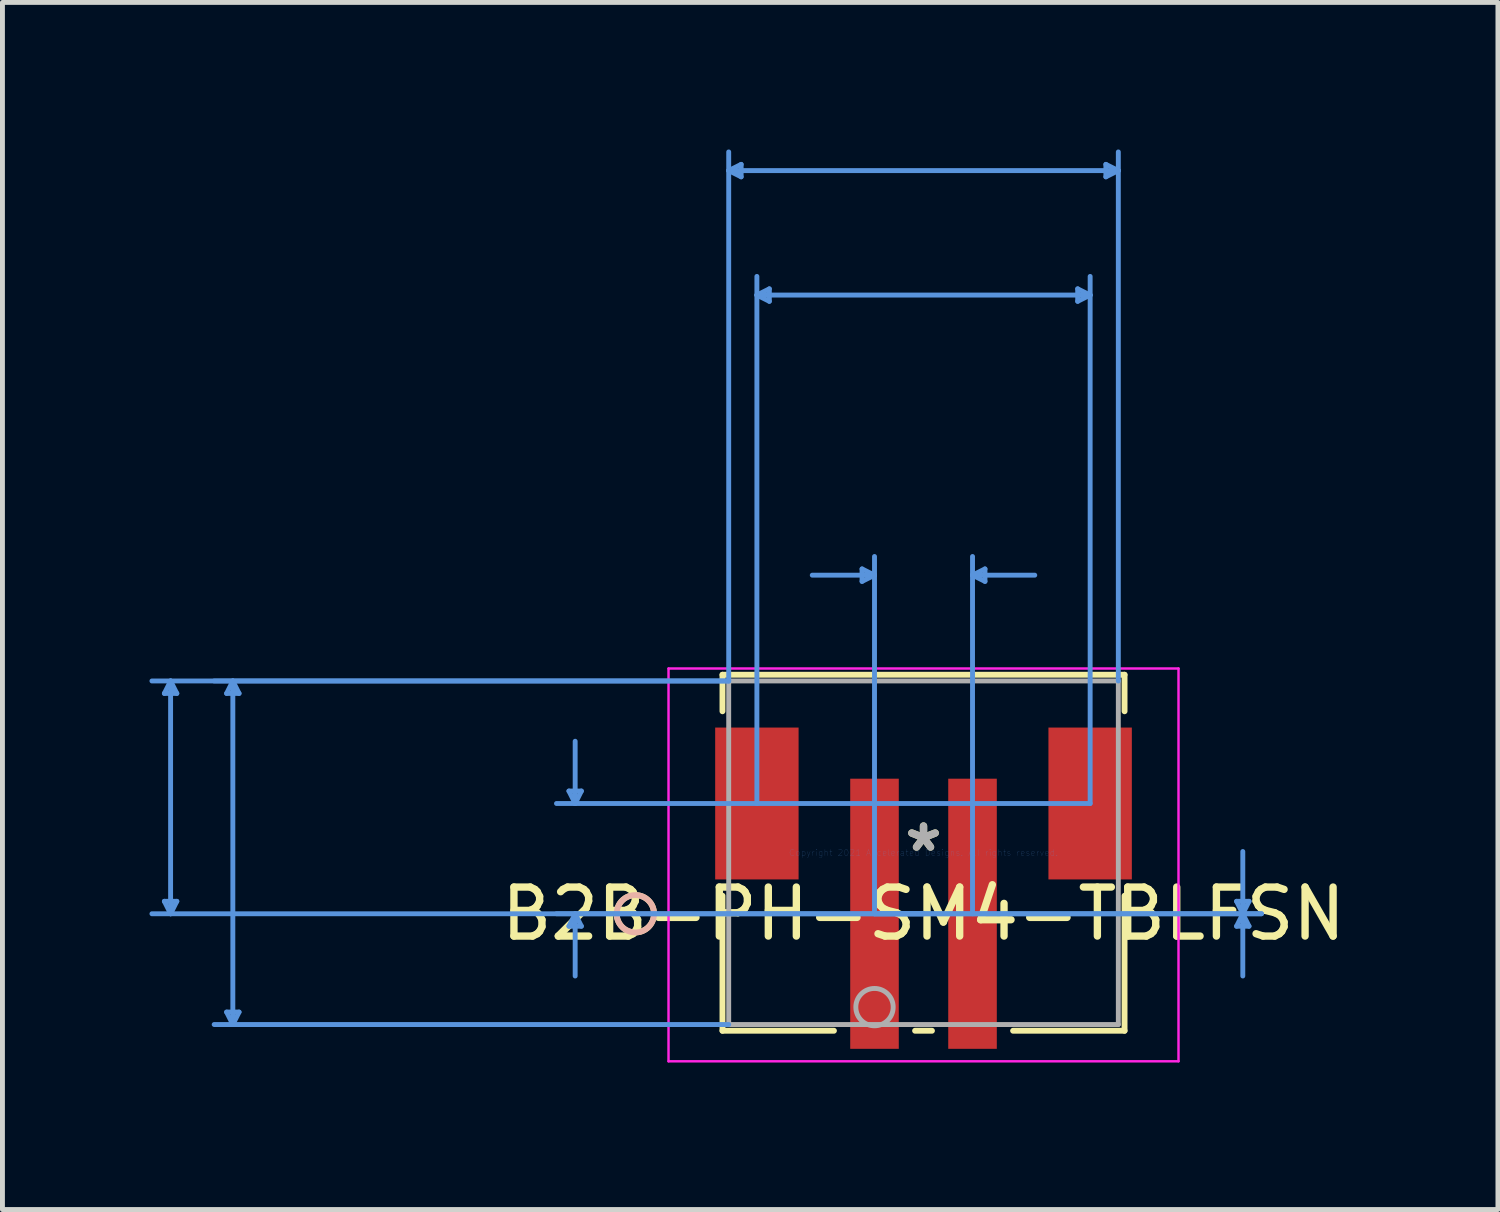
<source format=kicad_pcb>
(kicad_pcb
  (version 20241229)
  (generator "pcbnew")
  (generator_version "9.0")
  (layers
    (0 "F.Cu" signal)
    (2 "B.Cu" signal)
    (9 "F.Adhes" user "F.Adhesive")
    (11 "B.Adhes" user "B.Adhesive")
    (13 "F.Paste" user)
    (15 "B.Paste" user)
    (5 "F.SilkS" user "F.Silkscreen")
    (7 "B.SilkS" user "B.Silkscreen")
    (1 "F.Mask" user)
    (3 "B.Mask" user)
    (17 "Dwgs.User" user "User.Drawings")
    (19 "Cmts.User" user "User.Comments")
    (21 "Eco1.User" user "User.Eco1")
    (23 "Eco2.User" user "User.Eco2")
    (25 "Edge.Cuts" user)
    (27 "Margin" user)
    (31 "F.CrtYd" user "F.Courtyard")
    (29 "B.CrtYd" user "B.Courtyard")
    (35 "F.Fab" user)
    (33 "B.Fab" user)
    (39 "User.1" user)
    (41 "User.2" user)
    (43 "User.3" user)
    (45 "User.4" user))
  (footprint "B2B-PH-SM4-TBLFSN"
    (layer "F.Cu")
    (at 15.794 14.35)
    (property "Reference" "B2B-PH-SM4-TBLFSN" (at 0 1.245 0) (layer "F.SilkS") (effects (font (size 1 1) (thickness 0.15))))
    (attr through_hole)
    (fp_line (start -4.102 -3.632) (end -4.102 -2.887) (stroke (width 0.12) (type solid)) (layer "F.SilkS"))
    (fp_line (start -4.102 0.877) (end -4.102 3.632) (stroke (width 0.12) (type solid)) (layer "F.SilkS"))
    (fp_line (start -4.102 3.632) (end -1.828 3.632) (stroke (width 0.12) (type solid)) (layer "F.SilkS"))
    (fp_line (start -0.172 3.632) (end 0.172 3.632) (stroke (width 0.12) (type solid)) (layer "F.SilkS"))
    (fp_line (start 1.828 3.632) (end 4.102 3.632) (stroke (width 0.12) (type solid)) (layer "F.SilkS"))
    (fp_line (start 4.102 -3.632) (end -4.102 -3.632) (stroke (width 0.12) (type solid)) (layer "F.SilkS"))
    (fp_line (start 4.102 -2.887) (end 4.102 -3.632) (stroke (width 0.12) (type solid)) (layer "F.SilkS"))
    (fp_line (start 4.102 3.632) (end 4.102 0.877) (stroke (width 0.12) (type solid)) (layer "F.SilkS"))
    (fp_circle (center -5.88 1.245) (end -5.499 1.245) (stroke (width 0.12) (type solid)) (fill no) (layer "F.SilkS"))
    (fp_circle (center -5.88 1.245) (end -5.499 1.245) (stroke (width 0.12) (type solid)) (fill no) (layer "B.SilkS"))
    (fp_line (start -15.49 -3.251) (end -15.236 -3.251) (stroke (width 0.1) (type solid)) (layer "Cmts.User"))
    (fp_line (start -15.49 0.991) (end -15.236 0.991) (stroke (width 0.1) (type solid)) (layer "Cmts.User"))
    (fp_line (start -15.363 -3.505) (end -15.49 -3.251) (stroke (width 0.1) (type solid)) (layer "Cmts.User"))
    (fp_line (start -15.363 -3.505) (end -15.363 1.245) (stroke (width 0.1) (type solid)) (layer "Cmts.User"))
    (fp_line (start -15.363 -3.505) (end -15.236 -3.251) (stroke (width 0.1) (type solid)) (layer "Cmts.User"))
    (fp_line (start -15.363 1.245) (end -15.49 0.991) (stroke (width 0.1) (type solid)) (layer "Cmts.User"))
    (fp_line (start -15.363 1.245) (end -15.236 0.991) (stroke (width 0.1) (type solid)) (layer "Cmts.User"))
    (fp_line (start -14.22 -3.251) (end -13.966 -3.251) (stroke (width 0.1) (type solid)) (layer "Cmts.User"))
    (fp_line (start -14.22 3.251) (end -13.966 3.251) (stroke (width 0.1) (type solid)) (layer "Cmts.User"))
    (fp_line (start -14.093 -3.505) (end -14.22 -3.251) (stroke (width 0.1) (type solid)) (layer "Cmts.User"))
    (fp_line (start -14.093 -3.505) (end -14.093 3.505) (stroke (width 0.1) (type solid)) (layer "Cmts.User"))
    (fp_line (start -14.093 -3.505) (end -13.966 -3.251) (stroke (width 0.1) (type solid)) (layer "Cmts.User"))
    (fp_line (start -14.093 3.505) (end -14.22 3.251) (stroke (width 0.1) (type solid)) (layer "Cmts.User"))
    (fp_line (start -14.093 3.505) (end -13.966 3.251) (stroke (width 0.1) (type solid)) (layer "Cmts.User"))
    (fp_line (start -7.235 -1.259) (end -6.981 -1.259) (stroke (width 0.1) (type solid)) (layer "Cmts.User"))
    (fp_line (start -7.235 1.499) (end -6.981 1.499) (stroke (width 0.1) (type solid)) (layer "Cmts.User"))
    (fp_line (start -7.108 -1.005) (end -7.235 -1.259) (stroke (width 0.1) (type solid)) (layer "Cmts.User"))
    (fp_line (start -7.108 -1.005) (end -7.108 -2.275) (stroke (width 0.1) (type solid)) (layer "Cmts.User"))
    (fp_line (start -7.108 -1.005) (end -6.981 -1.259) (stroke (width 0.1) (type solid)) (layer "Cmts.User"))
    (fp_line (start -7.108 1.245) (end -7.235 1.499) (stroke (width 0.1) (type solid)) (layer "Cmts.User"))
    (fp_line (start -7.108 1.245) (end -7.108 2.515) (stroke (width 0.1) (type solid)) (layer "Cmts.User"))
    (fp_line (start -7.108 1.245) (end -6.981 1.499) (stroke (width 0.1) (type solid)) (layer "Cmts.User"))
    (fp_line (start -3.975 -13.919) (end -3.721 -14.046) (stroke (width 0.1) (type solid)) (layer "Cmts.User"))
    (fp_line (start -3.975 -13.919) (end -3.721 -13.792) (stroke (width 0.1) (type solid)) (layer "Cmts.User"))
    (fp_line (start -3.975 -13.919) (end 3.975 -13.919) (stroke (width 0.1) (type solid)) (layer "Cmts.User"))
    (fp_line (start -3.975 -3.505) (end -15.744 -3.505) (stroke (width 0.1) (type solid)) (layer "Cmts.User"))
    (fp_line (start -3.975 -3.505) (end -14.474 -3.505) (stroke (width 0.1) (type solid)) (layer "Cmts.User"))
    (fp_line (start -3.975 -3.505) (end -3.975 -14.3) (stroke (width 0.1) (type solid)) (layer "Cmts.User"))
    (fp_line (start -3.975 3.505) (end -14.474 3.505) (stroke (width 0.1) (type solid)) (layer "Cmts.User"))
    (fp_line (start -3.721 -14.046) (end -3.721 -13.792) (stroke (width 0.1) (type solid)) (layer "Cmts.User"))
    (fp_line (start -3.4 -11.379) (end -3.146 -11.506) (stroke (width 0.1) (type solid)) (layer "Cmts.User"))
    (fp_line (start -3.4 -11.379) (end -3.146 -11.252) (stroke (width 0.1) (type solid)) (layer "Cmts.User"))
    (fp_line (start -3.4 -11.379) (end 3.4 -11.379) (stroke (width 0.1) (type solid)) (layer "Cmts.User"))
    (fp_line (start -3.4 -1.005) (end -3.4 -11.76) (stroke (width 0.1) (type solid)) (layer "Cmts.User"))
    (fp_line (start -3.146 -11.506) (end -3.146 -11.252) (stroke (width 0.1) (type solid)) (layer "Cmts.User"))
    (fp_line (start -1.254 -5.791) (end -1.254 -5.537) (stroke (width 0.1) (type solid)) (layer "Cmts.User"))
    (fp_line (start -1 -5.664) (end -2.27 -5.664) (stroke (width 0.1) (type solid)) (layer "Cmts.User"))
    (fp_line (start -1 -5.664) (end -1.254 -5.791) (stroke (width 0.1) (type solid)) (layer "Cmts.User"))
    (fp_line (start -1 -5.664) (end -1.254 -5.537) (stroke (width 0.1) (type solid)) (layer "Cmts.User"))
    (fp_line (start -1 1.245) (end -1 -6.045) (stroke (width 0.1) (type solid)) (layer "Cmts.User"))
    (fp_line (start -1 1.245) (end 6.896 1.245) (stroke (width 0.1) (type solid)) (layer "Cmts.User"))
    (fp_line (start -1 1.245) (end 6.896 1.245) (stroke (width 0.1) (type solid)) (layer "Cmts.User"))
    (fp_line (start 0 1.245) (end -15.744 1.245) (stroke (width 0.1) (type solid)) (layer "Cmts.User"))
    (fp_line (start 0 1.245) (end -7.489 1.245) (stroke (width 0.1) (type solid)) (layer "Cmts.User"))
    (fp_line (start 1 -5.664) (end 1.254 -5.791) (stroke (width 0.1) (type solid)) (layer "Cmts.User"))
    (fp_line (start 1 -5.664) (end 1.254 -5.537) (stroke (width 0.1) (type solid)) (layer "Cmts.User"))
    (fp_line (start 1 -5.664) (end 2.27 -5.664) (stroke (width 0.1) (type solid)) (layer "Cmts.User"))
    (fp_line (start 1 1.245) (end 1 -6.045) (stroke (width 0.1) (type solid)) (layer "Cmts.User"))
    (fp_line (start 1.254 -5.791) (end 1.254 -5.537) (stroke (width 0.1) (type solid)) (layer "Cmts.User"))
    (fp_line (start 3.146 -11.506) (end 3.146 -11.252) (stroke (width 0.1) (type solid)) (layer "Cmts.User"))
    (fp_line (start 3.4 -11.379) (end 3.146 -11.506) (stroke (width 0.1) (type solid)) (layer "Cmts.User"))
    (fp_line (start 3.4 -11.379) (end 3.146 -11.252) (stroke (width 0.1) (type solid)) (layer "Cmts.User"))
    (fp_line (start 3.4 -1.005) (end -7.489 -1.005) (stroke (width 0.1) (type solid)) (layer "Cmts.User"))
    (fp_line (start 3.4 -1.005) (end 3.4 -11.76) (stroke (width 0.1) (type solid)) (layer "Cmts.User"))
    (fp_line (start 3.721 -14.046) (end 3.721 -13.792) (stroke (width 0.1) (type solid)) (layer "Cmts.User"))
    (fp_line (start 3.975 -13.919) (end 3.721 -14.046) (stroke (width 0.1) (type solid)) (layer "Cmts.User"))
    (fp_line (start 3.975 -13.919) (end 3.721 -13.792) (stroke (width 0.1) (type solid)) (layer "Cmts.User"))
    (fp_line (start 3.975 -3.505) (end 3.975 -14.3) (stroke (width 0.1) (type solid)) (layer "Cmts.User"))
    (fp_line (start 6.388 0.991) (end 6.642 0.991) (stroke (width 0.1) (type solid)) (layer "Cmts.User"))
    (fp_line (start 6.388 1.499) (end 6.642 1.499) (stroke (width 0.1) (type solid)) (layer "Cmts.User"))
    (fp_line (start 6.515 1.245) (end 6.388 0.991) (stroke (width 0.1) (type solid)) (layer "Cmts.User"))
    (fp_line (start 6.515 1.245) (end 6.388 1.499) (stroke (width 0.1) (type solid)) (layer "Cmts.User"))
    (fp_line (start 6.515 1.245) (end 6.515 -0.025) (stroke (width 0.1) (type solid)) (layer "Cmts.User"))
    (fp_line (start 6.515 1.245) (end 6.515 2.515) (stroke (width 0.1) (type solid)) (layer "Cmts.User"))
    (fp_line (start 6.515 1.245) (end 6.642 0.991) (stroke (width 0.1) (type solid)) (layer "Cmts.User"))
    (fp_line (start 6.515 1.245) (end 6.642 1.499) (stroke (width 0.1) (type solid)) (layer "Cmts.User"))
    (fp_line (start -5.203 -3.759) (end -5.203 4.255) (stroke (width 0.05) (type solid)) (layer "F.CrtYd"))
    (fp_line (start -5.203 4.255) (end 5.203 4.255) (stroke (width 0.05) (type solid)) (layer "F.CrtYd"))
    (fp_line (start 5.203 -3.759) (end -5.203 -3.759) (stroke (width 0.05) (type solid)) (layer "F.CrtYd"))
    (fp_line (start 5.203 4.255) (end 5.203 -3.759) (stroke (width 0.05) (type solid)) (layer "F.CrtYd"))
    (fp_line (start -3.975 -3.505) (end -3.975 3.505) (stroke (width 0.1) (type solid)) (layer "F.Fab"))
    (fp_line (start -3.975 3.505) (end 3.975 3.505) (stroke (width 0.1) (type solid)) (layer "F.Fab"))
    (fp_line (start 3.975 -3.505) (end -3.975 -3.505) (stroke (width 0.1) (type solid)) (layer "F.Fab"))
    (fp_line (start 3.975 3.505) (end 3.975 -3.505) (stroke (width 0.1) (type solid)) (layer "F.Fab"))
    (fp_circle (center -1 3.15) (end -0.619 3.15) (stroke (width 0.1) (type solid)) (fill no) (layer "F.Fab"))
    (fp_text user "*" (at 0 0 0) (layer "F.SilkS") (effects (font (size 1 1) (thickness 0.15))))
    (fp_text user "Copyright 2021 Accelerated Designs. All rights reserved." (at 0 0 0) (layer "Cmts.User") (effects (font (size 0.127 0.127) (thickness 0.002))))
    (fp_text user "*" (at 0 0 0) (layer "F.Fab") (effects (font (size 1 1) (thickness 0.15))))
    (pad "1" smd rect (at -1 1.245) (size 0.991 5.512) (layers "F.Cu" "F.Mask" "F.Paste"))
    (pad "2" smd rect (at 1 1.245) (size 0.991 5.512) (layers "F.Cu" "F.Mask" "F.Paste"))
    (pad "3" smd rect (at -3.4 -1.005 90) (size 3.099 1.702) (layers "F.Cu" "F.Mask" "F.Paste"))
    (pad "4" smd rect (at 3.4 -1.005 90) (size 3.099 1.702) (layers "F.Cu" "F.Mask" "F.Paste")))
  (gr_rect
    (start -3 -3)
    (end 27.515 21.63)
    (stroke (width 0.1) (type default))
    (fill no)
    (layer "Edge.Cuts")))
</source>
